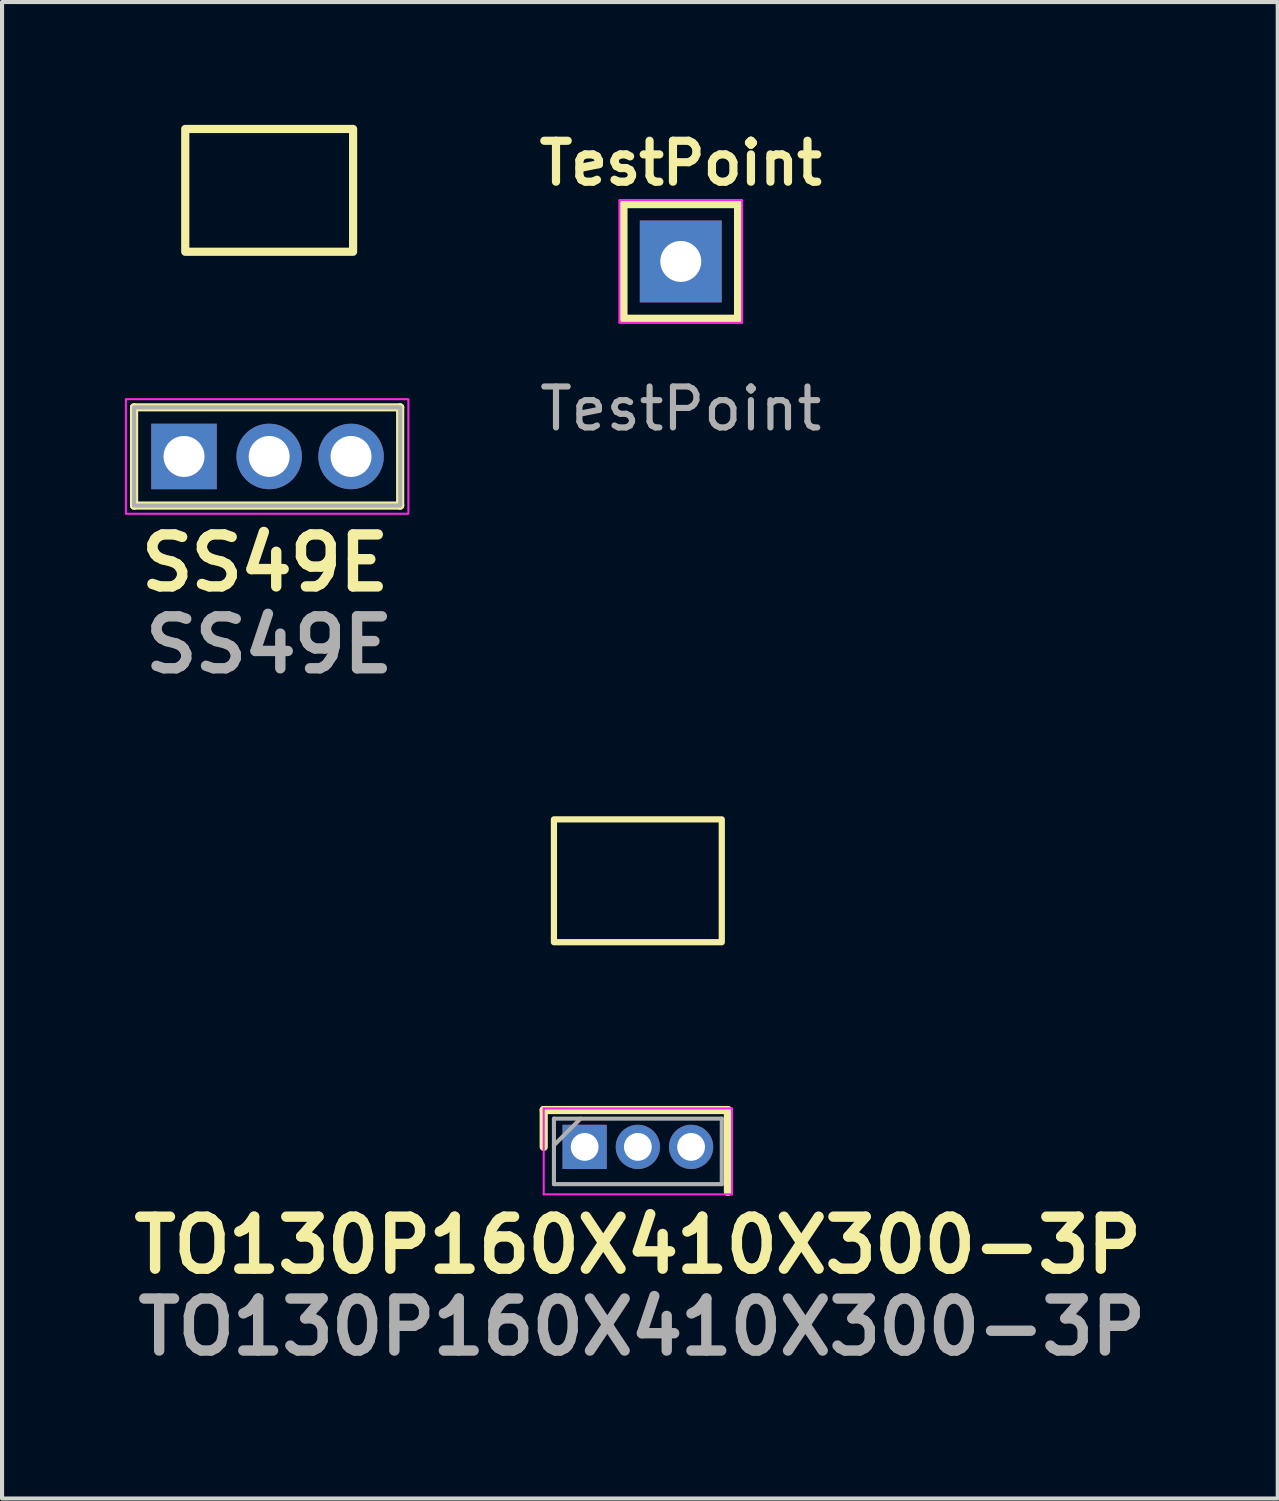
<source format=kicad_pcb>
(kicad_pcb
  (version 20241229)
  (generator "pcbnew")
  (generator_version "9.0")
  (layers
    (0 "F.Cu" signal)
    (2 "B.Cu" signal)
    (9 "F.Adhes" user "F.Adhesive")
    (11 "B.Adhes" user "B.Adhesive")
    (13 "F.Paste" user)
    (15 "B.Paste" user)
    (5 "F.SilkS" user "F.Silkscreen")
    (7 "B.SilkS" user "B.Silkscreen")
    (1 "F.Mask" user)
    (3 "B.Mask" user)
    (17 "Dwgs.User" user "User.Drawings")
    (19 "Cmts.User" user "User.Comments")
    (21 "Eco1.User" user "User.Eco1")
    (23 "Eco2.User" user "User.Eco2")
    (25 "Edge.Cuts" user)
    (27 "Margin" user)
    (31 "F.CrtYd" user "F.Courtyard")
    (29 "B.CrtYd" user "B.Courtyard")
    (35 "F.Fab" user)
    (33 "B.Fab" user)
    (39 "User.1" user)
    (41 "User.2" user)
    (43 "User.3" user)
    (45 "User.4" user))
  (footprint "TO130P160X410X300-3P"
    (layer "F.Cu")
    (at 11.231 24.965)
    (property "Reference" "TO130P160X410X300-3P" (at 1.3 2.4 0) (layer "F.SilkS") (effects (font (size 1.27 1.27) (thickness 0.254))))
    (attr through_hole)
    (fp_line (start -1 -0.9) (end -1 0) (stroke (width 0.2) (type solid)) (layer "F.SilkS"))
    (fp_line (start 3.5 -0.9) (end -1 -0.9) (stroke (width 0.2) (type solid)) (layer "F.SilkS"))
    (fp_line (start 3.5 1.1) (end 3.5 -0.9) (stroke (width 0.2) (type solid)) (layer "F.SilkS"))
    (fp_rect (start -0.75 -8) (end 3.35 -5) (stroke (width 0.152) (type default)) (fill no) (layer "F.SilkS"))
    (fp_line (start -1 -0.94) (end 3.6 -0.94) (stroke (width 0.05) (type solid)) (layer "F.CrtYd"))
    (fp_line (start -1 1.16) (end -1 -0.94) (stroke (width 0.05) (type solid)) (layer "F.CrtYd"))
    (fp_line (start 3.6 -0.94) (end 3.6 1.16) (stroke (width 0.05) (type solid)) (layer "F.CrtYd"))
    (fp_line (start 3.6 1.16) (end -1 1.16) (stroke (width 0.05) (type solid)) (layer "F.CrtYd"))
    (fp_line (start -0.75 -0.69) (end 3.35 -0.69) (stroke (width 0.1) (type solid)) (layer "F.Fab"))
    (fp_line (start -0.75 -0.04) (end -0.1 -0.69) (stroke (width 0.1) (type solid)) (layer "F.Fab"))
    (fp_line (start -0.75 0.91) (end -0.75 -0.69) (stroke (width 0.1) (type solid)) (layer "F.Fab"))
    (fp_line (start 3.35 -0.69) (end 3.35 0.91) (stroke (width 0.1) (type solid)) (layer "F.Fab"))
    (fp_line (start 3.35 0.91) (end -0.75 0.91) (stroke (width 0.1) (type solid)) (layer "F.Fab"))
    (fp_text user "${REFERENCE}" (at 1.4 4.4 0) (layer "F.Fab") (effects (font (size 1.27 1.27) (thickness 0.254))))
    (pad "1" thru_hole rect (at 0 0) (size 1.08 1.08) (drill 0.68) (layers "*.Cu" "*.Mask"))
    (pad "2" thru_hole circle (at 1.3 0) (size 1.08 1.08) (drill 0.68) (layers "*.Cu" "*.Mask"))
    (pad "3" thru_hole circle (at 2.6 0) (size 1.08 1.08) (drill 0.68) (layers "*.Cu" "*.Mask")))
  (footprint "TestPoint"
    (layer "F.Cu")
    (at 13.579 3.336)
    (property "Reference" "TestPoint" (at 0 -2.4 0) (layer "F.SilkS") (effects (font (size 1 1) (thickness 0.2))))
    (attr exclude_from_pos_files exclude_from_bom)
    (fp_rect (start -1.4 -1.4) (end 1.4 1.4) (stroke (width 0.2) (type solid)) (fill no) (layer "F.SilkS"))
    (fp_rect (start -1.5 -1.5) (end 1.5 1.5) (stroke (width 0.05) (type solid)) (fill no) (layer "F.CrtYd"))
    (fp_text user "${REFERENCE}" (at 0 3.6 0) (layer "F.Fab") (effects (font (size 1 1) (thickness 0.15))))
    (pad "1" thru_hole rect (at 0 0) (size 2 2) (drill 1) (layers "*.Cu" "*.Mask")))
  (footprint "SS49E"
    (layer "F.Cu")
    (at 3.525 8.1)
    (property "Reference" "SS49E" (at -0.1 2.6 0) (layer "F.SilkS") (effects (font (size 1.27 1.27) (thickness 0.254))))
    (attr through_hole)
    (fp_line (start -3.3 1.2) (end -3.3 -1.2) (stroke (width 0.2) (type solid)) (layer "F.SilkS"))
    (fp_line (start -2.05 -5) (end 2.05 -5) (stroke (width 0.152) (type default)) (layer "F.SilkS"))
    (fp_line (start 3.2 -1.2) (end -3.3 -1.2) (stroke (width 0.2) (type solid)) (layer "F.SilkS"))
    (fp_line (start 3.2 1.2) (end -3.3 1.2) (stroke (width 0.2) (type solid)) (layer "F.SilkS"))
    (fp_line (start 3.2 1.2) (end 3.2 -1.2) (stroke (width 0.2) (type solid)) (layer "F.SilkS"))
    (fp_rect (start -2.05 -8) (end 2.05 -5) (stroke (width 0.2) (type default)) (fill no) (layer "F.SilkS"))
    (fp_rect (start -3.5 -1.4) (end 3.4 1.4) (stroke (width 0.05) (type default)) (fill no) (layer "F.CrtYd"))
    (fp_rect (start -3.3 -1.2) (end 3.2 1.2) (stroke (width 0.1) (type default)) (fill no) (layer "F.Fab"))
    (fp_text user "${REFERENCE}" (at 0 4.6 0) (layer "F.Fab") (effects (font (size 1.27 1.27) (thickness 0.254))))
    (pad "1" thru_hole rect (at -2.08 0 90) (size 1.6 1.6) (drill 1) (layers "*.Cu" "*.Mask"))
    (pad "2" thru_hole oval (at 0 0 90) (size 1.6 1.6) (drill 1) (layers "*.Cu" "*.Mask"))
    (pad "3" thru_hole oval (at 2 0 90) (size 1.6 1.6) (drill 1) (layers "*.Cu" "*.Mask")))
  (gr_rect
    (start -3 -3)
    (end 28.161 33.554)
    (stroke (width 0.1) (type default))
    (fill no)
    (layer "Edge.Cuts")))
</source>
